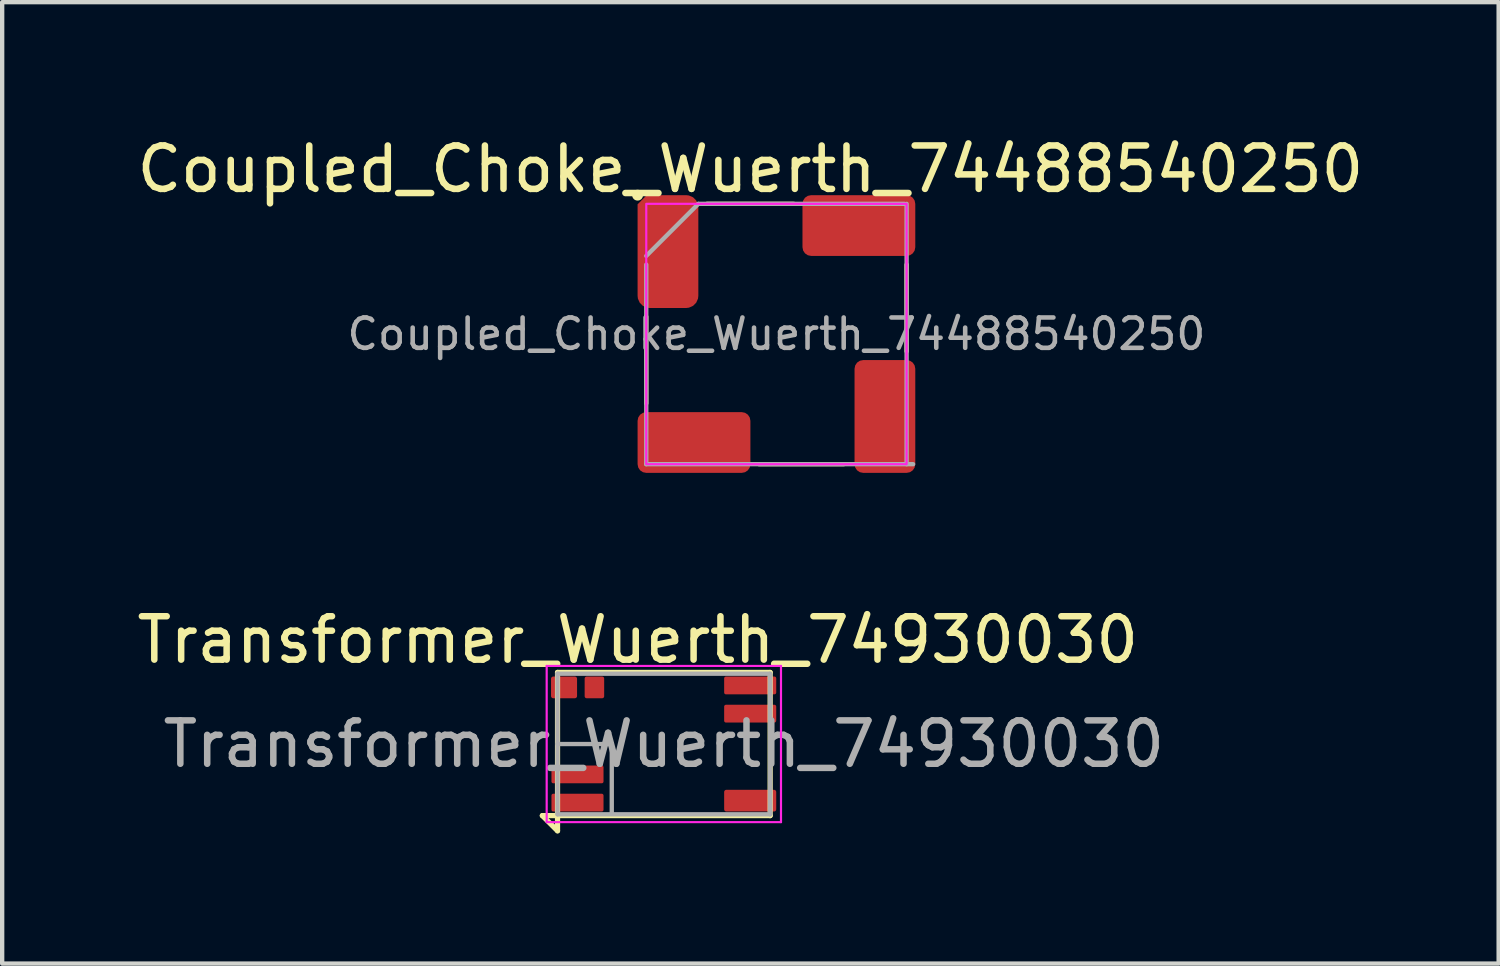
<source format=kicad_pcb>
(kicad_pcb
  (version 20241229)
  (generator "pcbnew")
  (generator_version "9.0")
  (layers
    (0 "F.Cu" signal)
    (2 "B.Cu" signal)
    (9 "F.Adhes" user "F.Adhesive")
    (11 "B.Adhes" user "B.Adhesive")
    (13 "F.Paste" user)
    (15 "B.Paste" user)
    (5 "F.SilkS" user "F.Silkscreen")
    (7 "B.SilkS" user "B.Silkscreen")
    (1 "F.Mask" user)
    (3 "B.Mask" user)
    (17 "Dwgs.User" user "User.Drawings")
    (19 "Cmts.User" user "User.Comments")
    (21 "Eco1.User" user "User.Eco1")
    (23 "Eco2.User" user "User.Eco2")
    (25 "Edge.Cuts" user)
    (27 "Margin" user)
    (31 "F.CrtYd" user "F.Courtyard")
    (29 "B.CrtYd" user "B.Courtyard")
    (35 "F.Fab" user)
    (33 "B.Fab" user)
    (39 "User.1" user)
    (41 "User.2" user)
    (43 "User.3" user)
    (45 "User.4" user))
  (footprint "Coupled_Choke_Wuerth_74488540250"
    (layer "F.Cu")
    (at 14.844 4.648)
    (property "Reference" "Coupled_Choke_Wuerth_74488540250" (at -0.6 -3.8 0) (unlocked yes) (layer "F.SilkS") (effects (font (size 1 1) (thickness 0.15))))
    (attr smd)
    (fp_line (start -3.2 -3.2) (end -3.2 -3.2) (stroke (width 0.25) (type default)) (layer "F.SilkS"))
    (fp_line (start -3 1.6) (end -3 -0.4) (stroke (width 0.1) (type default)) (layer "F.SilkS"))
    (fp_line (start -1.6 -3) (end 0.4 -3) (stroke (width 0.1) (type default)) (layer "F.SilkS"))
    (fp_line (start -0.4 3) (end 1.55 3) (stroke (width 0.1) (type default)) (layer "F.SilkS"))
    (fp_line (start 3 0.4) (end 3 -1.6) (stroke (width 0.1) (type default)) (layer "F.SilkS"))
    (fp_rect (start -3 -3) (end 3 3) (stroke (width 0.05) (type default)) (fill no) (layer "F.CrtYd"))
    (fp_line (start -3 -1.8) (end -1.8 -3) (stroke (width 0.1) (type default)) (layer "F.Fab"))
    (fp_line (start -3 3) (end -3 -1.6) (stroke (width 0.1) (type default)) (layer "F.Fab"))
    (fp_line (start -1.8 -3) (end 2.95 -3) (stroke (width 0.1) (type default)) (layer "F.Fab"))
    (fp_line (start 3 -3) (end 3 3) (stroke (width 0.1) (type default)) (layer "F.Fab"))
    (fp_line (start 3.15 3) (end -3 3) (stroke (width 0.1) (type default)) (layer "F.Fab"))
    (fp_text user "${REFERENCE}" (at 0 0 0) (unlocked yes) (layer "F.Fab") (effects (font (size 0.7 0.7) (thickness 0.105))))
    (pad "1" smd roundrect (at -2.5 -1.9) (size 1.4 2.6) (layers "F.Cu" "F.Mask" "F.Paste") (roundrect_rratio 0.2) (chamfer_ratio 0.15) (chamfer top_left))
    (pad "2" smd roundrect (at 1.9 -2.5) (size 2.6 1.4) (layers "F.Cu" "F.Mask" "F.Paste") (roundrect_rratio 0.143))
    (pad "3" smd roundrect (at 2.5 1.9) (size 1.4 2.6) (layers "F.Cu" "F.Mask" "F.Paste") (roundrect_rratio 0.143))
    (pad "4" smd roundrect (at -1.9 2.5) (size 2.6 1.4) (layers "F.Cu" "F.Mask" "F.Paste") (roundrect_rratio 0.143)))
  (footprint "Transformer_Wuerth_74930030"
    (layer "F.Cu")
    (at 12.249 14.097)
    (property "Reference" "Transformer_Wuerth_74930030" (at -0.6 -2.4 0) (layer "F.SilkS") (effects (font (size 1 1) (thickness 0.15))))
    (attr smd)
    (fp_line (start -2.45 -1.65) (end 2.45 -1.65) (stroke (width 0.12) (type solid)) (layer "F.SilkS"))
    (fp_line (start -2.45 2) (end -2.8 1.65) (stroke (width 0.12) (type solid)) (layer "F.SilkS"))
    (fp_line (start -2.45 2) (end -2.45 -1.65) (stroke (width 0.12) (type solid)) (layer "F.SilkS"))
    (fp_line (start 2.45 -1.65) (end 2.45 1.65) (stroke (width 0.12) (type solid)) (layer "F.SilkS"))
    (fp_line (start 2.45 1.65) (end -2.8 1.65) (stroke (width 0.12) (type solid)) (layer "F.SilkS"))
    (fp_line (start -2.7 -1.8) (end 2.7 -1.8) (stroke (width 0.05) (type solid)) (layer "F.CrtYd"))
    (fp_line (start -2.7 1.8) (end -2.7 -1.8) (stroke (width 0.05) (type solid)) (layer "F.CrtYd"))
    (fp_line (start 2.7 -1.8) (end 2.7 1.8) (stroke (width 0.05) (type solid)) (layer "F.CrtYd"))
    (fp_line (start 2.7 1.8) (end -2.7 1.8) (stroke (width 0.05) (type solid)) (layer "F.CrtYd"))
    (fp_line (start -2.45 -1.62) (end 2.45 -1.62) (stroke (width 0.1) (type solid)) (layer "F.Fab"))
    (fp_line (start -2.45 0) (end -1.2 0) (stroke (width 0.1) (type solid)) (layer "F.Fab"))
    (fp_line (start -2.45 1.62) (end -2.45 -1.62) (stroke (width 0.1) (type solid)) (layer "F.Fab"))
    (fp_line (start -1.2 1.6) (end -1.2 0) (stroke (width 0.1) (type solid)) (layer "F.Fab"))
    (fp_line (start 2.45 -1.62) (end 2.45 1.62) (stroke (width 0.1) (type solid)) (layer "F.Fab"))
    (fp_line (start 2.45 1.62) (end -2.45 1.62) (stroke (width 0.1) (type solid)) (layer "F.Fab"))
    (fp_text user "${REFERENCE}" (at 0 0 0) (layer "F.Fab") (effects (font (size 1 1) (thickness 0.15))))
    (pad "1" smd roundrect (at -1.99 1.35) (size 1.2 0.41) (layers "F.Cu" "F.Mask" "F.Paste") (roundrect_rratio 0.1))
    (pad "2" smd roundrect (at 1.99 1.305) (size 1.2 0.5) (layers "F.Cu" "F.Mask" "F.Paste") (roundrect_rratio 0.1))
    (pad "3" smd roundrect (at -1.99 0.7) (size 1.2 0.41) (layers "F.Cu" "F.Mask" "F.Paste") (roundrect_rratio 0.1))
    (pad "4" smd roundrect (at 1.99 -0.7) (size 1.2 0.41) (layers "F.Cu" "F.Mask" "F.Paste") (roundrect_rratio 0.1))
    (pad "5" smd roundrect (at -1.6 -1.305) (size 0.45 0.5) (layers "F.Cu" "F.Mask" "F.Paste") (roundrect_rratio 0.1))
    (pad "6" smd roundrect (at -2.3 -1.305) (size 0.6 0.5) (layers "F.Cu" "F.Mask" "F.Paste") (roundrect_rratio 0.1))
    (pad "7" smd roundrect (at 1.99 -1.35) (size 1.2 0.41) (layers "F.Cu" "F.Mask" "F.Paste") (roundrect_rratio 0.1)))
  (gr_rect
    (start -3 -3)
    (end 31.488 19.157)
    (stroke (width 0.1) (type default))
    (fill no)
    (layer "Edge.Cuts")))
</source>
